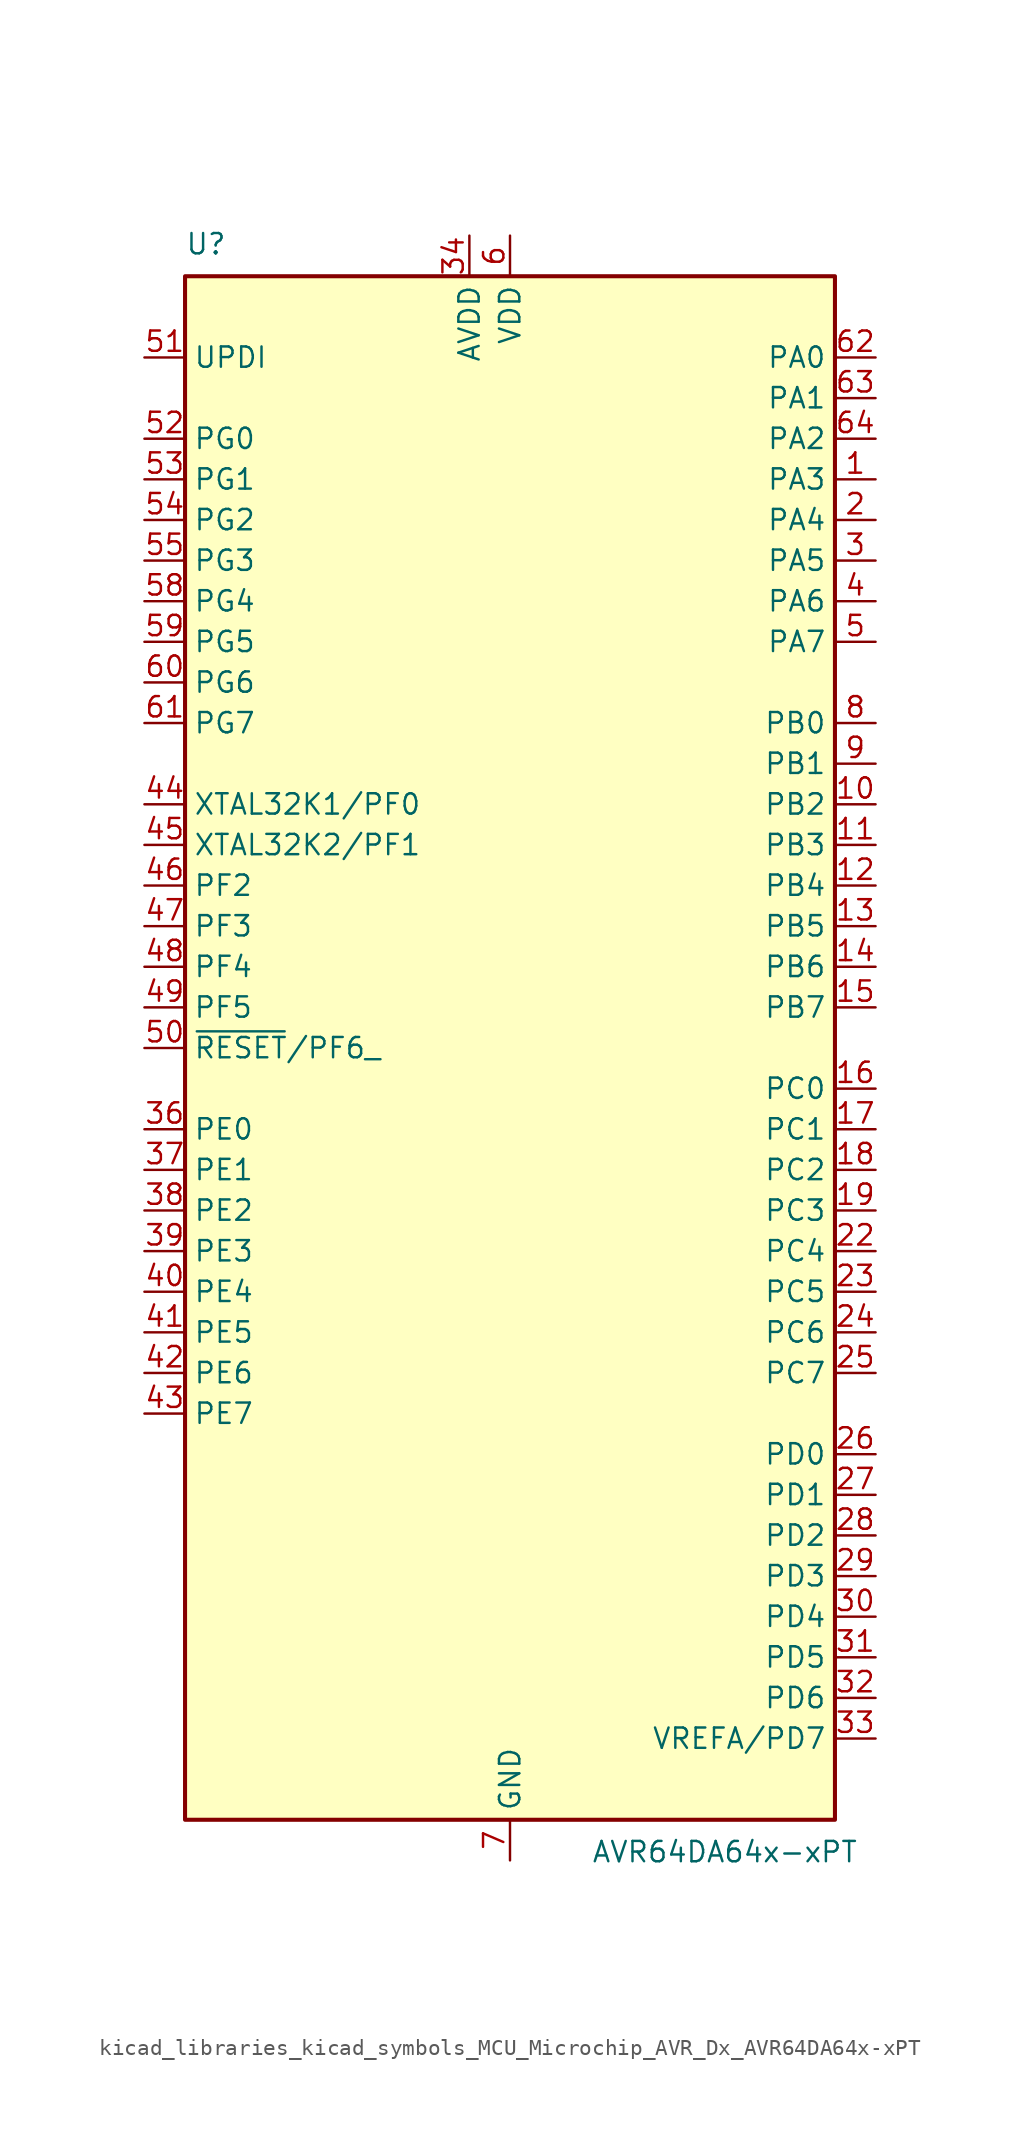
<source format=kicad_sym>
(kicad_symbol_lib
  (version 20220914)
  (generator kicad_symbol_editor)
  (symbol "kicad_libraries_kicad_symbols_MCU_Microchip_AVR_Dx_AVR64DA64x-xPT"
    (property "Reference" "U"
      (at -20.32 49.53 0)
      (effects (font (size 1.27 1.27)) (justify left bottom)))
    (property "Value" "AVR64DA64x-xPT"
      (at 5.08 -49.53 0)
      (effects (font (size 1.27 1.27)) (justify left top)))
    (symbol "kicad_libraries_kicad_symbols_MCU_Microchip_AVR_Dx_AVR64DA64x-xPT_0_1"
      (rectangle (start -20.32 48.26) (end 20.32 -48.26) (stroke (width 0.254) (type default)) (fill (type background))))
    (symbol "kicad_libraries_kicad_symbols_MCU_Microchip_AVR_Dx_AVR64DA64x-xPT_1_1"
      (pin bidirectional line (at 22.86 35.56 180) (length 2.54) (name "PA3" (effects (font (size 1.27 1.27)))) (number "1" (effects (font (size 1.27 1.27)))))
      (pin bidirectional line (at 22.86 15.24 180) (length 2.54) (name "PB2" (effects (font (size 1.27 1.27)))) (number "10" (effects (font (size 1.27 1.27)))))
      (pin bidirectional line (at 22.86 12.7 180) (length 2.54) (name "PB3" (effects (font (size 1.27 1.27)))) (number "11" (effects (font (size 1.27 1.27)))))
      (pin bidirectional line (at 22.86 10.16 180) (length 2.54) (name "PB4" (effects (font (size 1.27 1.27)))) (number "12" (effects (font (size 1.27 1.27)))))
      (pin bidirectional line (at 22.86 7.62 180) (length 2.54) (name "PB5" (effects (font (size 1.27 1.27)))) (number "13" (effects (font (size 1.27 1.27)))))
      (pin bidirectional line (at 22.86 5.08 180) (length 2.54) (name "PB6" (effects (font (size 1.27 1.27)))) (number "14" (effects (font (size 1.27 1.27)))))
      (pin bidirectional line (at 22.86 2.54 180) (length 2.54) (name "PB7" (effects (font (size 1.27 1.27)))) (number "15" (effects (font (size 1.27 1.27)))))
      (pin bidirectional line (at 22.86 -2.54 180) (length 2.54) (name "PC0" (effects (font (size 1.27 1.27)))) (number "16" (effects (font (size 1.27 1.27)))))
      (pin bidirectional line (at 22.86 -5.08 180) (length 2.54) (name "PC1" (effects (font (size 1.27 1.27)))) (number "17" (effects (font (size 1.27 1.27)))))
      (pin bidirectional line (at 22.86 -7.62 180) (length 2.54) (name "PC2" (effects (font (size 1.27 1.27)))) (number "18" (effects (font (size 1.27 1.27)))))
      (pin bidirectional line (at 22.86 -10.16 180) (length 2.54) (name "PC3" (effects (font (size 1.27 1.27)))) (number "19" (effects (font (size 1.27 1.27)))))
      (pin bidirectional line (at 22.86 33.02 180) (length 2.54) (name "PA4" (effects (font (size 1.27 1.27)))) (number "2" (effects (font (size 1.27 1.27)))))
      (pin passive line (at 0 50.8 270) (length 2.54) hide (name "VDD" (effects (font (size 1.27 1.27)))) (number "20" (effects (font (size 1.27 1.27)))))
      (pin passive line (at 0 -50.8 90) (length 2.54) hide (name "GND" (effects (font (size 1.27 1.27)))) (number "21" (effects (font (size 1.27 1.27)))))
      (pin bidirectional line (at 22.86 -12.7 180) (length 2.54) (name "PC4" (effects (font (size 1.27 1.27)))) (number "22" (effects (font (size 1.27 1.27)))))
      (pin bidirectional line (at 22.86 -15.24 180) (length 2.54) (name "PC5" (effects (font (size 1.27 1.27)))) (number "23" (effects (font (size 1.27 1.27)))))
      (pin bidirectional line (at 22.86 -17.78 180) (length 2.54) (name "PC6" (effects (font (size 1.27 1.27)))) (number "24" (effects (font (size 1.27 1.27)))))
      (pin bidirectional line (at 22.86 -20.32 180) (length 2.54) (name "PC7" (effects (font (size 1.27 1.27)))) (number "25" (effects (font (size 1.27 1.27)))))
      (pin bidirectional line (at 22.86 -25.4 180) (length 2.54) (name "PD0" (effects (font (size 1.27 1.27)))) (number "26" (effects (font (size 1.27 1.27)))))
      (pin bidirectional line (at 22.86 -27.94 180) (length 2.54) (name "PD1" (effects (font (size 1.27 1.27)))) (number "27" (effects (font (size 1.27 1.27)))))
      (pin bidirectional line (at 22.86 -30.48 180) (length 2.54) (name "PD2" (effects (font (size 1.27 1.27)))) (number "28" (effects (font (size 1.27 1.27)))))
      (pin bidirectional line (at 22.86 -33.02 180) (length 2.54) (name "PD3" (effects (font (size 1.27 1.27)))) (number "29" (effects (font (size 1.27 1.27)))))
      (pin bidirectional line (at 22.86 30.48 180) (length 2.54) (name "PA5" (effects (font (size 1.27 1.27)))) (number "3" (effects (font (size 1.27 1.27)))))
      (pin bidirectional line (at 22.86 -35.56 180) (length 2.54) (name "PD4" (effects (font (size 1.27 1.27)))) (number "30" (effects (font (size 1.27 1.27)))))
      (pin bidirectional line (at 22.86 -38.1 180) (length 2.54) (name "PD5" (effects (font (size 1.27 1.27)))) (number "31" (effects (font (size 1.27 1.27)))))
      (pin bidirectional line (at 22.86 -40.64 180) (length 2.54) (name "PD6" (effects (font (size 1.27 1.27)))) (number "32" (effects (font (size 1.27 1.27)))))
      (pin bidirectional line (at 22.86 -43.18 180) (length 2.54) (name "VREFA/PD7" (effects (font (size 1.27 1.27)))) (number "33" (effects (font (size 1.27 1.27)))))
      (pin power_in line (at -2.54 50.8 270) (length 2.54) (name "AVDD" (effects (font (size 1.27 1.27)))) (number "34" (effects (font (size 1.27 1.27)))))
      (pin passive line (at 0 -50.8 90) (length 2.54) hide (name "GND" (effects (font (size 1.27 1.27)))) (number "35" (effects (font (size 1.27 1.27)))))
      (pin bidirectional line (at -22.86 -5.08 0) (length 2.54) (name "PE0" (effects (font (size 1.27 1.27)))) (number "36" (effects (font (size 1.27 1.27)))))
      (pin bidirectional line (at -22.86 -7.62 0) (length 2.54) (name "PE1" (effects (font (size 1.27 1.27)))) (number "37" (effects (font (size 1.27 1.27)))))
      (pin bidirectional line (at -22.86 -10.16 0) (length 2.54) (name "PE2" (effects (font (size 1.27 1.27)))) (number "38" (effects (font (size 1.27 1.27)))))
      (pin bidirectional line (at -22.86 -12.7 0) (length 2.54) (name "PE3" (effects (font (size 1.27 1.27)))) (number "39" (effects (font (size 1.27 1.27)))))
      (pin bidirectional line (at 22.86 27.94 180) (length 2.54) (name "PA6" (effects (font (size 1.27 1.27)))) (number "4" (effects (font (size 1.27 1.27)))))
      (pin bidirectional line (at -22.86 -15.24 0) (length 2.54) (name "PE4" (effects (font (size 1.27 1.27)))) (number "40" (effects (font (size 1.27 1.27)))))
      (pin bidirectional line (at -22.86 -17.78 0) (length 2.54) (name "PE5" (effects (font (size 1.27 1.27)))) (number "41" (effects (font (size 1.27 1.27)))))
      (pin bidirectional line (at -22.86 -20.32 0) (length 2.54) (name "PE6" (effects (font (size 1.27 1.27)))) (number "42" (effects (font (size 1.27 1.27)))))
      (pin bidirectional line (at -22.86 -22.86 0) (length 2.54) (name "PE7" (effects (font (size 1.27 1.27)))) (number "43" (effects (font (size 1.27 1.27)))))
      (pin bidirectional line (at -22.86 15.24 0) (length 2.54) (name "XTAL32K1/PF0" (effects (font (size 1.27 1.27)))) (number "44" (effects (font (size 1.27 1.27)))))
      (pin bidirectional line (at -22.86 12.7 0) (length 2.54) (name "XTAL32K2/PF1" (effects (font (size 1.27 1.27)))) (number "45" (effects (font (size 1.27 1.27)))))
      (pin bidirectional line (at -22.86 10.16 0) (length 2.54) (name "PF2" (effects (font (size 1.27 1.27)))) (number "46" (effects (font (size 1.27 1.27)))))
      (pin bidirectional line (at -22.86 7.62 0) (length 2.54) (name "PF3" (effects (font (size 1.27 1.27)))) (number "47" (effects (font (size 1.27 1.27)))))
      (pin bidirectional line (at -22.86 5.08 0) (length 2.54) (name "PF4" (effects (font (size 1.27 1.27)))) (number "48" (effects (font (size 1.27 1.27)))))
      (pin bidirectional line (at -22.86 2.54 0) (length 2.54) (name "PF5" (effects (font (size 1.27 1.27)))) (number "49" (effects (font (size 1.27 1.27)))))
      (pin bidirectional line (at 22.86 25.4 180) (length 2.54) (name "PA7" (effects (font (size 1.27 1.27)))) (number "5" (effects (font (size 1.27 1.27)))))
      (pin bidirectional line (at -22.86 0 0) (length 2.54) (name "~{RESET}/PF6_" (effects (font (size 1.27 1.27)))) (number "50" (effects (font (size 1.27 1.27)))))
      (pin input line (at -22.86 43.18 0) (length 2.54) (name "UPDI" (effects (font (size 1.27 1.27)))) (number "51" (effects (font (size 1.27 1.27)))))
      (pin bidirectional line (at -22.86 38.1 0) (length 2.54) (name "PG0" (effects (font (size 1.27 1.27)))) (number "52" (effects (font (size 1.27 1.27)))))
      (pin bidirectional line (at -22.86 35.56 0) (length 2.54) (name "PG1" (effects (font (size 1.27 1.27)))) (number "53" (effects (font (size 1.27 1.27)))))
      (pin bidirectional line (at -22.86 33.02 0) (length 2.54) (name "PG2" (effects (font (size 1.27 1.27)))) (number "54" (effects (font (size 1.27 1.27)))))
      (pin bidirectional line (at -22.86 30.48 0) (length 2.54) (name "PG3" (effects (font (size 1.27 1.27)))) (number "55" (effects (font (size 1.27 1.27)))))
      (pin passive line (at 0 50.8 270) (length 2.54) hide (name "VDD" (effects (font (size 1.27 1.27)))) (number "56" (effects (font (size 1.27 1.27)))))
      (pin passive line (at 0 -50.8 90) (length 2.54) hide (name "GND" (effects (font (size 1.27 1.27)))) (number "57" (effects (font (size 1.27 1.27)))))
      (pin bidirectional line (at -22.86 27.94 0) (length 2.54) (name "PG4" (effects (font (size 1.27 1.27)))) (number "58" (effects (font (size 1.27 1.27)))))
      (pin bidirectional line (at -22.86 25.4 0) (length 2.54) (name "PG5" (effects (font (size 1.27 1.27)))) (number "59" (effects (font (size 1.27 1.27)))))
      (pin power_in line (at 0 50.8 270) (length 2.54) (name "VDD" (effects (font (size 1.27 1.27)))) (number "6" (effects (font (size 1.27 1.27)))))
      (pin bidirectional line (at -22.86 22.86 0) (length 2.54) (name "PG6" (effects (font (size 1.27 1.27)))) (number "60" (effects (font (size 1.27 1.27)))))
      (pin bidirectional line (at -22.86 20.32 0) (length 2.54) (name "PG7" (effects (font (size 1.27 1.27)))) (number "61" (effects (font (size 1.27 1.27)))))
      (pin bidirectional line (at 22.86 43.18 180) (length 2.54) (name "PA0" (effects (font (size 1.27 1.27)))) (number "62" (effects (font (size 1.27 1.27)))))
      (pin bidirectional line (at 22.86 40.64 180) (length 2.54) (name "PA1" (effects (font (size 1.27 1.27)))) (number "63" (effects (font (size 1.27 1.27)))))
      (pin bidirectional line (at 22.86 38.1 180) (length 2.54) (name "PA2" (effects (font (size 1.27 1.27)))) (number "64" (effects (font (size 1.27 1.27)))))
      (pin power_in line (at 0 -50.8 90) (length 2.54) (name "GND" (effects (font (size 1.27 1.27)))) (number "7" (effects (font (size 1.27 1.27)))))
      (pin bidirectional line (at 22.86 20.32 180) (length 2.54) (name "PB0" (effects (font (size 1.27 1.27)))) (number "8" (effects (font (size 1.27 1.27)))))
      (pin bidirectional line (at 22.86 17.78 180) (length 2.54) (name "PB1" (effects (font (size 1.27 1.27)))) (number "9" (effects (font (size 1.27 1.27))))))))
</source>
